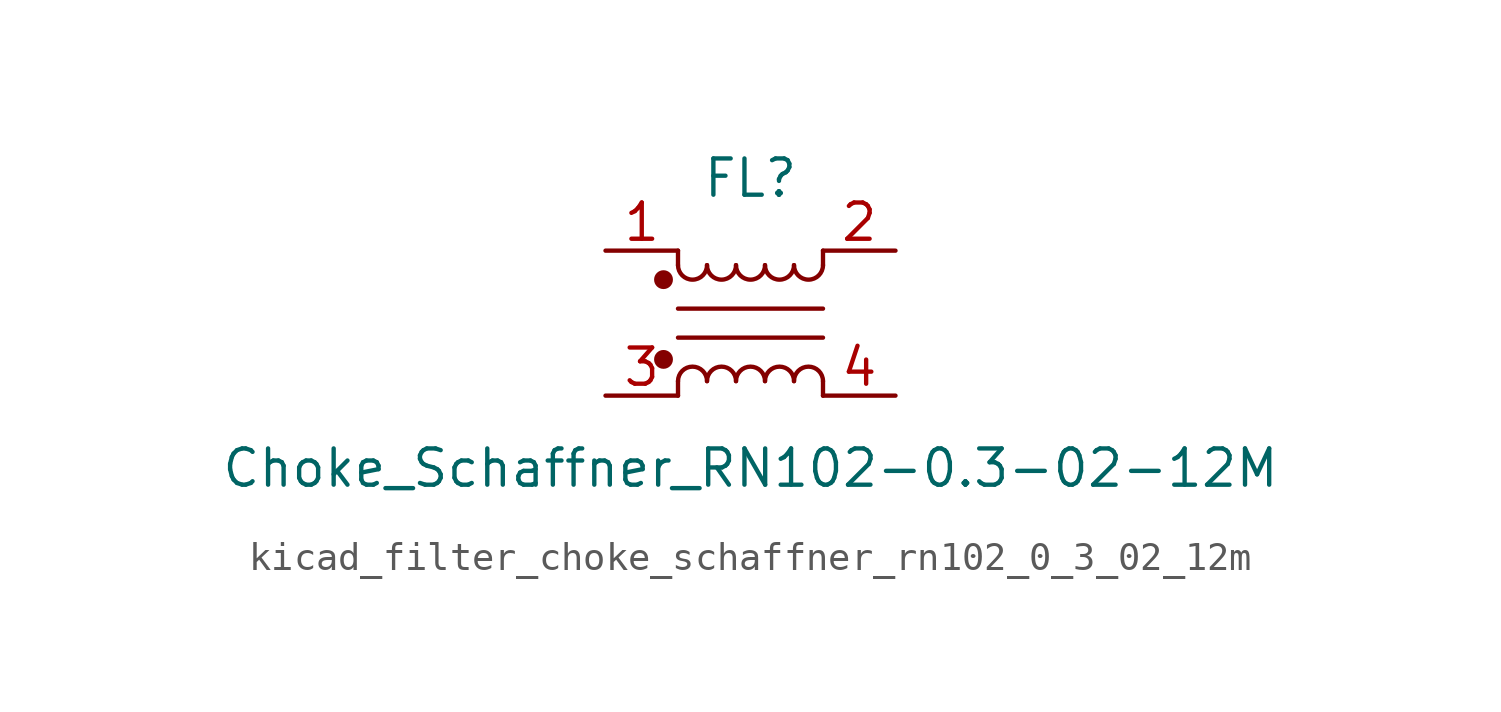
<source format=kicad_sym>
(kicad_symbol_lib
  (version 20220914)
  (generator kicad_symbol_editor)
  (symbol "kicad_filter_choke_schaffner_rn102_0_3_02_12m"
    (pin_names hide)
    (property "Reference" "FL"
      (at 0 5.08 0)
      (effects (font (size 1.27 1.27))))
    (property "Value" "Choke_Schaffner_RN102-0.3-02-12M"
      (at 0 -5.08 0)
      (effects (font (size 1.27 1.27))))
    (symbol "kicad_filter_choke_schaffner_rn102_0_3_02_12m_1_1"
      (circle (center -3.048 -1.27) (radius 0.254) (stroke (width 0) (type default)) (fill (type outline)))
      (circle (center -3.048 1.524) (radius 0.254) (stroke (width 0) (type default)) (fill (type outline)))
      (arc (start -2.54 2.032) (mid -2.032 1.5262) (end -1.524 2.032) (stroke (width 0) (type default)) (fill (type none)))
      (arc (start -1.524 -2.032) (mid -2.032 -1.5262) (end -2.54 -2.032) (stroke (width 0) (type default)) (fill (type none)))
      (arc (start -1.524 2.032) (mid -1.016 1.5262) (end -0.508 2.032) (stroke (width 0) (type default)) (fill (type none)))
      (arc (start -0.508 -2.032) (mid -1.016 -1.5262) (end -1.524 -2.032) (stroke (width 0) (type default)) (fill (type none)))
      (arc (start -0.508 2.032) (mid 0 1.5262) (end 0.508 2.032) (stroke (width 0) (type default)) (fill (type none)))
      (polyline (pts (xy -2.54 -2.032) (xy -2.54 -2.54)) (stroke (width 0) (type default)) (fill (type none)))
      (polyline (pts (xy -2.54 0.508) (xy 2.54 0.508)) (stroke (width 0) (type default)) (fill (type none)))
      (polyline (pts (xy -2.54 2.032) (xy -2.54 2.54)) (stroke (width 0) (type default)) (fill (type none)))
      (polyline (pts (xy 2.54 -2.032) (xy 2.54 -2.54)) (stroke (width 0) (type default)) (fill (type none)))
      (polyline (pts (xy 2.54 -0.508) (xy -2.54 -0.508)) (stroke (width 0) (type default)) (fill (type none)))
      (polyline (pts (xy 2.54 2.54) (xy 2.54 2.032)) (stroke (width 0) (type default)) (fill (type none)))
      (arc (start 0.508 -2.032) (mid 0 -1.5262) (end -0.508 -2.032) (stroke (width 0) (type default)) (fill (type none)))
      (arc (start 0.508 2.032) (mid 1.016 1.5262) (end 1.524 2.032) (stroke (width 0) (type default)) (fill (type none)))
      (arc (start 1.524 -2.032) (mid 1.016 -1.5262) (end 0.508 -2.032) (stroke (width 0) (type default)) (fill (type none)))
      (arc (start 1.524 2.032) (mid 2.032 1.5262) (end 2.54 2.032) (stroke (width 0) (type default)) (fill (type none)))
      (arc (start 2.54 -2.032) (mid 2.032 -1.5262) (end 1.524 -2.032) (stroke (width 0) (type default)) (fill (type none)))
      (pin passive line (at -5.08 2.54 0) (length 2.54) (name "1" (effects (font (size 1.27 1.27)))) (number "1" (effects (font (size 1.27 1.27)))))
      (pin passive line (at 5.08 2.54 180) (length 2.54) (name "2" (effects (font (size 1.27 1.27)))) (number "2" (effects (font (size 1.27 1.27)))))
      (pin passive line (at -5.08 -2.54 0) (length 2.54) (name "3" (effects (font (size 1.27 1.27)))) (number "3" (effects (font (size 1.27 1.27)))))
      (pin passive line (at 5.08 -2.54 180) (length 2.54) (name "4" (effects (font (size 1.27 1.27)))) (number "4" (effects (font (size 1.27 1.27))))))))
</source>
